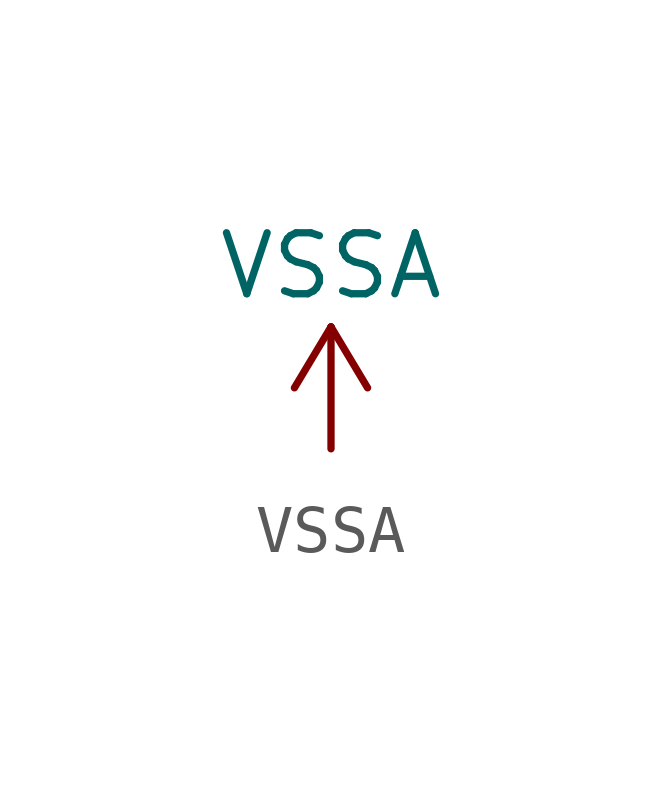
<source format=kicad_sym>
(kicad_symbol_lib
  (version 20211014)
  (generator kicad_symbol_editor)
  (symbol "VSSA"
    (power)
    (pin_names
      (offset 0))
    (property "Reference" "#PWR"
      (at 0 -3.81 0)
      (effects (font (size 1.27 1.27)) hide))
    (property "Value" "VSSA"
      (at 0 3.81 0)
      (effects (font (size 1.27 1.27))))
    (symbol "VSSA_0_1"
      (polyline (pts (xy -0.762 1.27) (xy 0 2.54)) (stroke (width 0) (type default) (color 0 0 0 0)) (fill (type none)))
      (polyline (pts (xy 0 0) (xy 0 2.54)) (stroke (width 0) (type default) (color 0 0 0 0)) (fill (type none)))
      (polyline (pts (xy 0 2.54) (xy 0.762 1.27)) (stroke (width 0) (type default) (color 0 0 0 0)) (fill (type none))))
    (symbol "VSSA_1_1"
      (pin power_in line (at 0 0 90) (length 0) hide (name "VSSA" (effects (font (size 1.27 1.27)))) (number "1" (effects (font (size 1.27 1.27))))))))
</source>
